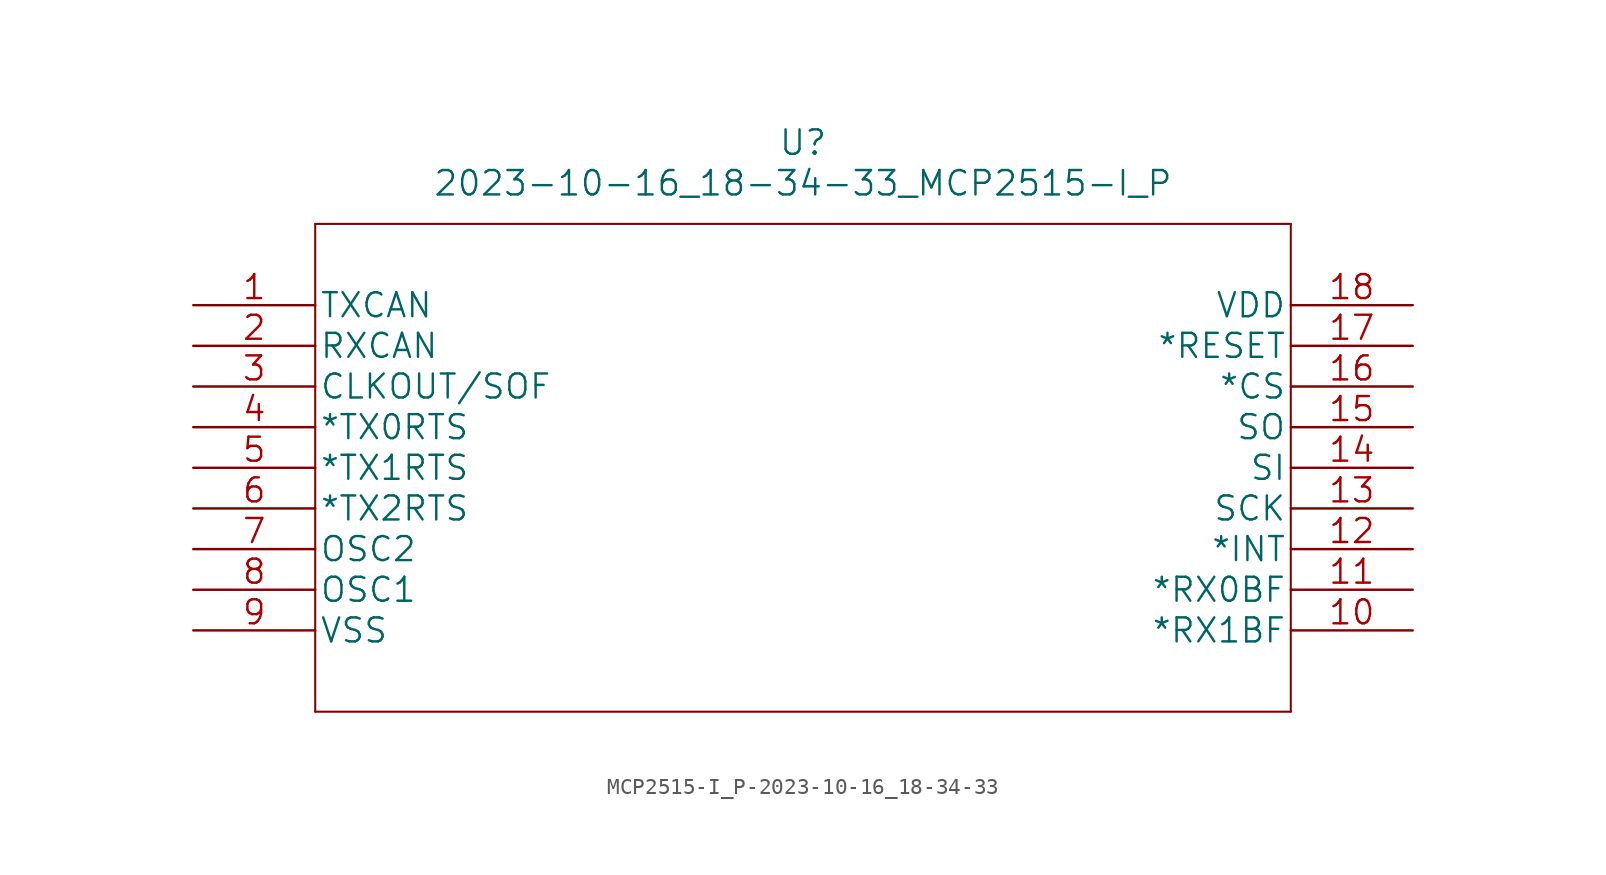
<source format=kicad_sym>
(kicad_symbol_lib
  (version 20220914)
  (generator kicad_symbol_editor)
  (symbol "MCP2515-I_P-2023-10-16_18-34-33"
    (pin_names
      (offset 0.254))
    (property "Reference" "U"
      (at 38.1 10.16 0)
      (effects (font (size 1.524 1.524))))
    (property "Value" "2023-10-16_18-34-33_MCP2515-I_P"
      (at 38.1 7.62 0)
      (effects (font (size 1.524 1.524))))
    (property "Datasheet" ""
      (at 0 0 0)
      (effects (font (size 1.524 1.524))))
    (symbol "MCP2515-I_P-2023-10-16_18-34-33_1_1"
      (polyline (pts (xy 7.62 -25.4) (xy 68.58 -25.4)) (stroke (width 0.127) (type solid)) (fill (type none)))
      (polyline (pts (xy 7.62 5.08) (xy 7.62 -25.4)) (stroke (width 0.127) (type solid)) (fill (type none)))
      (polyline (pts (xy 68.58 -25.4) (xy 68.58 5.08)) (stroke (width 0.127) (type solid)) (fill (type none)))
      (polyline (pts (xy 68.58 5.08) (xy 7.62 5.08)) (stroke (width 0.127) (type solid)) (fill (type none)))
      (pin unspecified line (at 0 0 0) (length 7.62) (name "TXCAN" (effects (font (size 1.499 1.499)))) (number "1" (effects (font (size 1.499 1.499)))))
      (pin unspecified line (at 76.2 -20.32 180) (length 7.62) (name "*RX1BF" (effects (font (size 1.499 1.499)))) (number "10" (effects (font (size 1.499 1.499)))))
      (pin unspecified line (at 76.2 -17.78 180) (length 7.62) (name "*RX0BF" (effects (font (size 1.499 1.499)))) (number "11" (effects (font (size 1.499 1.499)))))
      (pin unspecified line (at 76.2 -15.24 180) (length 7.62) (name "*INT" (effects (font (size 1.499 1.499)))) (number "12" (effects (font (size 1.499 1.499)))))
      (pin unspecified line (at 76.2 -12.7 180) (length 7.62) (name "SCK" (effects (font (size 1.499 1.499)))) (number "13" (effects (font (size 1.499 1.499)))))
      (pin unspecified line (at 76.2 -10.16 180) (length 7.62) (name "SI" (effects (font (size 1.499 1.499)))) (number "14" (effects (font (size 1.499 1.499)))))
      (pin unspecified line (at 76.2 -7.62 180) (length 7.62) (name "SO" (effects (font (size 1.499 1.499)))) (number "15" (effects (font (size 1.499 1.499)))))
      (pin unspecified line (at 76.2 -5.08 180) (length 7.62) (name "*CS" (effects (font (size 1.499 1.499)))) (number "16" (effects (font (size 1.499 1.499)))))
      (pin unspecified line (at 76.2 -2.54 180) (length 7.62) (name "*RESET" (effects (font (size 1.499 1.499)))) (number "17" (effects (font (size 1.499 1.499)))))
      (pin unspecified line (at 76.2 0 180) (length 7.62) (name "VDD" (effects (font (size 1.499 1.499)))) (number "18" (effects (font (size 1.499 1.499)))))
      (pin unspecified line (at 0 -2.54 0) (length 7.62) (name "RXCAN" (effects (font (size 1.499 1.499)))) (number "2" (effects (font (size 1.499 1.499)))))
      (pin unspecified line (at 0 -5.08 0) (length 7.62) (name "CLKOUT/SOF" (effects (font (size 1.499 1.499)))) (number "3" (effects (font (size 1.499 1.499)))))
      (pin unspecified line (at 0 -7.62 0) (length 7.62) (name "*TX0RTS" (effects (font (size 1.499 1.499)))) (number "4" (effects (font (size 1.499 1.499)))))
      (pin unspecified line (at 0 -10.16 0) (length 7.62) (name "*TX1RTS" (effects (font (size 1.499 1.499)))) (number "5" (effects (font (size 1.499 1.499)))))
      (pin unspecified line (at 0 -12.7 0) (length 7.62) (name "*TX2RTS" (effects (font (size 1.499 1.499)))) (number "6" (effects (font (size 1.499 1.499)))))
      (pin unspecified line (at 0 -15.24 0) (length 7.62) (name "OSC2" (effects (font (size 1.499 1.499)))) (number "7" (effects (font (size 1.499 1.499)))))
      (pin unspecified line (at 0 -17.78 0) (length 7.62) (name "OSC1" (effects (font (size 1.499 1.499)))) (number "8" (effects (font (size 1.499 1.499)))))
      (pin unspecified line (at 0 -20.32 0) (length 7.62) (name "VSS" (effects (font (size 1.499 1.499)))) (number "9" (effects (font (size 1.499 1.499))))))))
</source>
